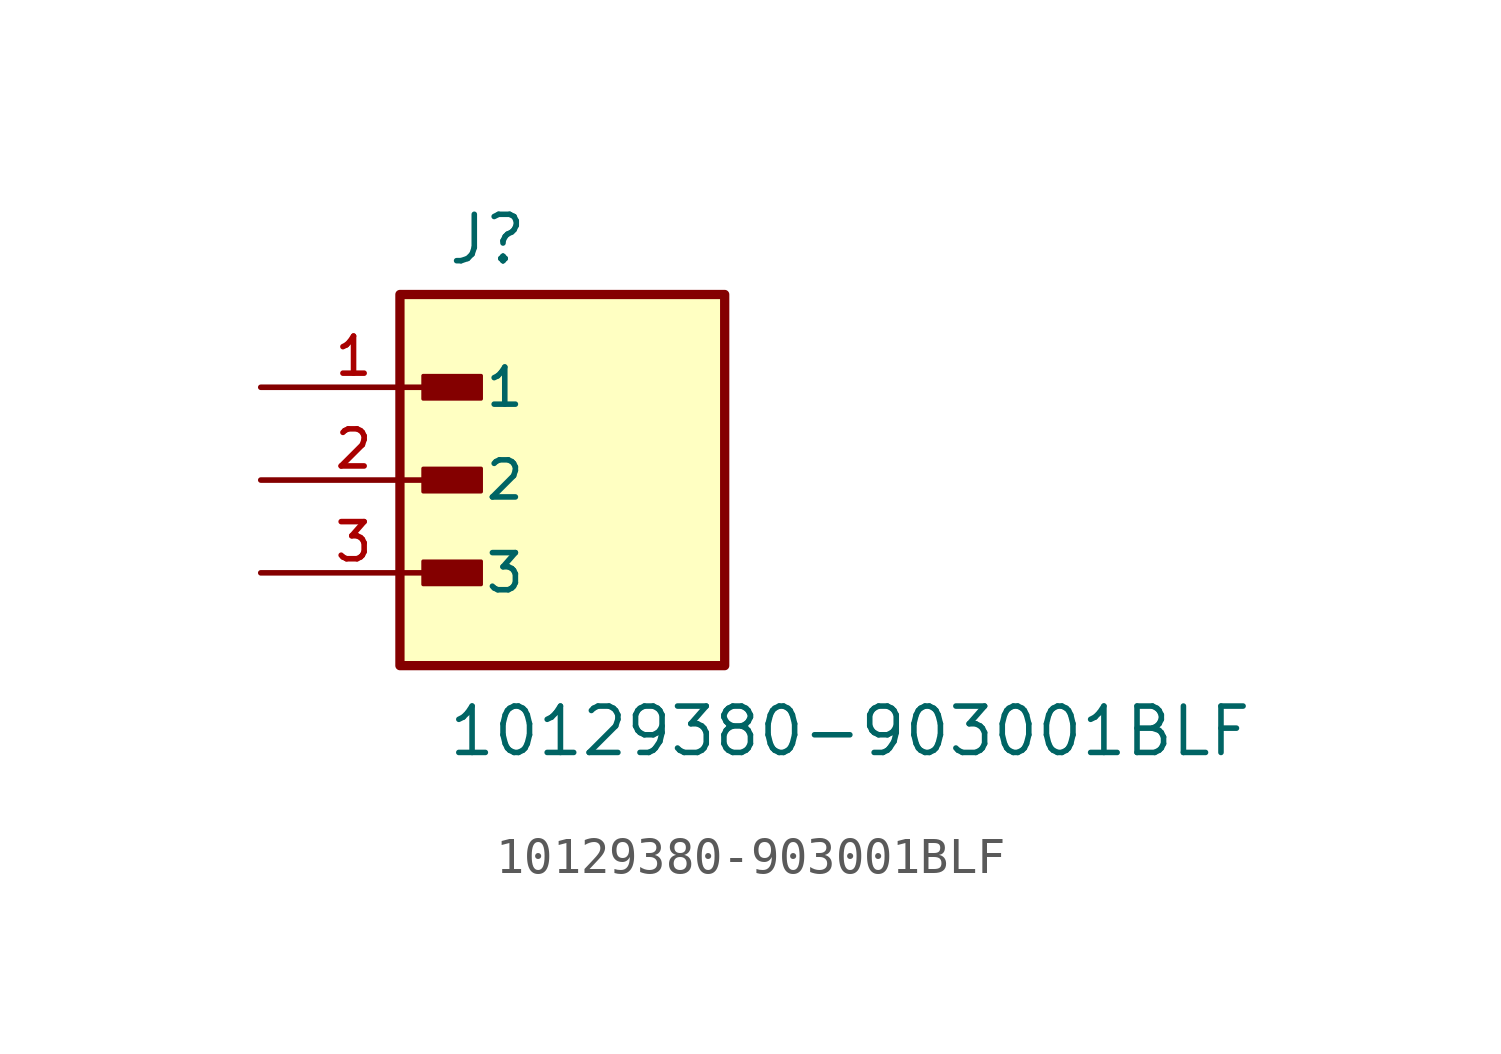
<source format=kicad_sym>
(kicad_symbol_lib
  (version 20211014)
  (generator kicad_symbol_editor)
  (symbol "10129380-903001BLF"
    (pin_names
      (offset 1.016))
    (property "Reference" "J"
      (at -2.54 5.842 0)
      (effects (font (size 1.27 1.27)) (justify bottom left)))
    (property "Value" "10129380-903001BLF"
      (at -2.54 -7.62 0)
      (effects (font (size 1.27 1.27)) (justify bottom left)))
    (symbol "10129380-903001BLF_0_0"
      (rectangle (start -3.175 2.223) (end -1.587 2.857) (stroke (width 0.1)) (fill (type outline)))
      (rectangle (start -3.175 -0.318) (end -1.587 0.318) (stroke (width 0.1)) (fill (type outline)))
      (rectangle (start -3.175 -2.857) (end -1.587 -2.223) (stroke (width 0.1)) (fill (type outline)))
      (rectangle (start -3.81 -5.08) (end 5.08 5.08) (stroke (width 0.254)) (fill (type background)))
      (pin passive line (at -7.62 2.54 0) (length 5.08) (name "1" (effects (font (size 1.016 1.016)))) (number "1" (effects (font (size 1.016 1.016)))))
      (pin passive line (at -7.62 0.0 0) (length 5.08) (name "2" (effects (font (size 1.016 1.016)))) (number "2" (effects (font (size 1.016 1.016)))))
      (pin passive line (at -7.62 -2.54 0) (length 5.08) (name "3" (effects (font (size 1.016 1.016)))) (number "3" (effects (font (size 1.016 1.016))))))))
</source>
